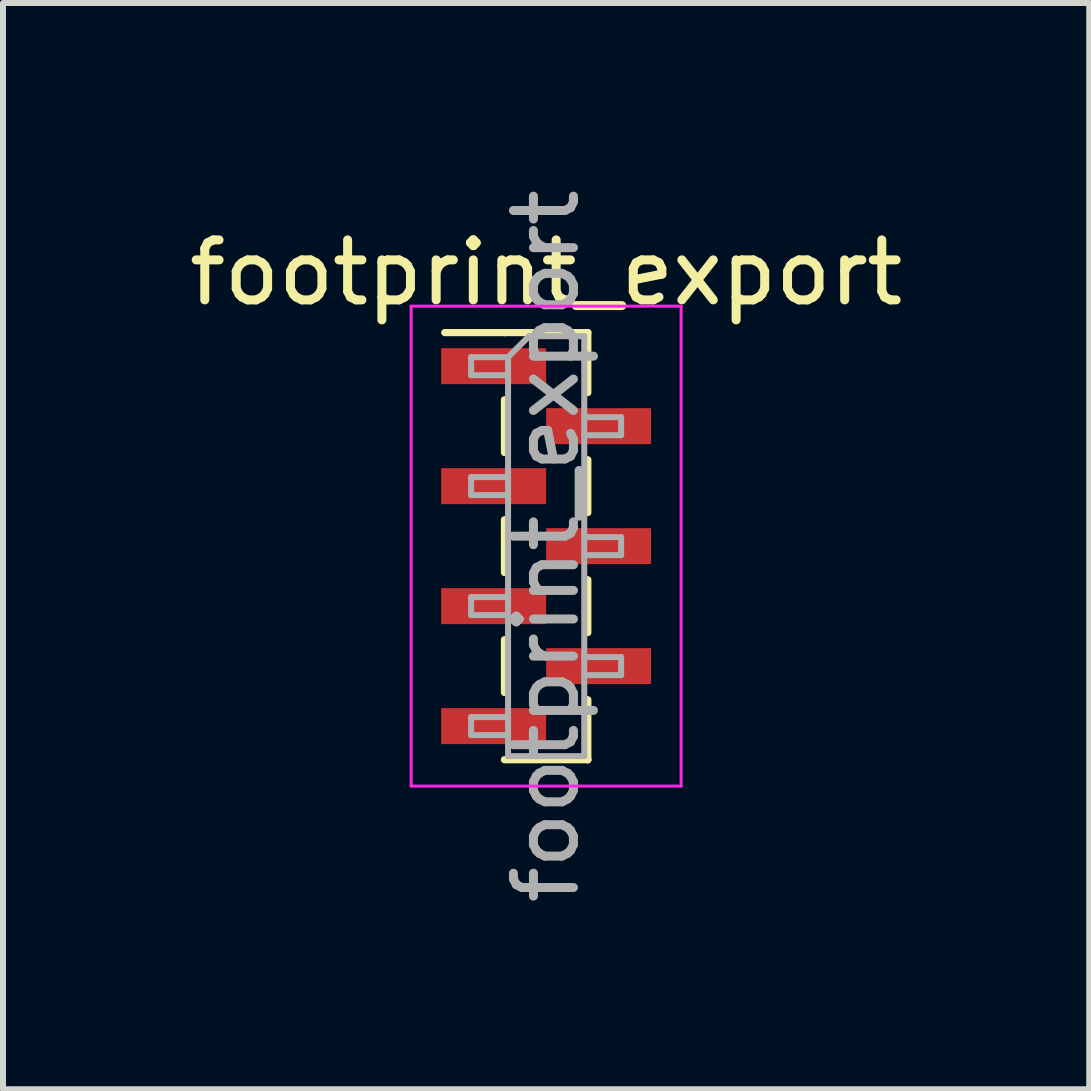
<source format=kicad_pcb>
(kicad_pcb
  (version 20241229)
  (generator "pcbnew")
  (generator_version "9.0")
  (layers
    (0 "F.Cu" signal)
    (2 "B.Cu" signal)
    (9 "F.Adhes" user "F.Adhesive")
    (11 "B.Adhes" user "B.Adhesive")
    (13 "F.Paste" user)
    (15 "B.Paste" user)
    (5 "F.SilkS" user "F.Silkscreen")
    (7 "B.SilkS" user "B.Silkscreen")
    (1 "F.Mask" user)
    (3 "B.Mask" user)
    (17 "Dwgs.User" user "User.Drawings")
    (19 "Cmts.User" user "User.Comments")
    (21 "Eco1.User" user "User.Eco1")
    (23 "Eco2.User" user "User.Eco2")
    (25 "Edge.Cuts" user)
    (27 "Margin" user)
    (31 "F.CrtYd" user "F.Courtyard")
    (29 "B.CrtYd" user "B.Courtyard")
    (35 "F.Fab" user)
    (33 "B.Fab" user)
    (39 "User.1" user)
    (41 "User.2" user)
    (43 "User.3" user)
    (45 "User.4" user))
  (footprint "footprint_export"
    (layer "F.Cu")
    (at 6.054 6.054)
    (property "Reference" "footprint_export" (at 0 -4.56 0) (layer "F.SilkS") (effects (font (size 1 1) (thickness 0.15))))
    (attr smd)
    (fp_line (start -0.695 -3.56) (end -1.69 -3.56) (stroke (width 0.12) (type solid)) (layer "F.SilkS"))
    (fp_line (start -0.695 -3.56) (end -0.695 -3.56) (stroke (width 0.12) (type solid)) (layer "F.SilkS"))
    (fp_line (start -0.695 -3.56) (end 0.695 -3.56) (stroke (width 0.12) (type solid)) (layer "F.SilkS"))
    (fp_line (start -0.695 -2.44) (end -0.695 -1.56) (stroke (width 0.12) (type solid)) (layer "F.SilkS"))
    (fp_line (start -0.695 -0.44) (end -0.695 0.44) (stroke (width 0.12) (type solid)) (layer "F.SilkS"))
    (fp_line (start -0.695 1.56) (end -0.695 2.44) (stroke (width 0.12) (type solid)) (layer "F.SilkS"))
    (fp_line (start -0.695 3.56) (end 0.695 3.56) (stroke (width 0.12) (type solid)) (layer "F.SilkS"))
    (fp_line (start 0.695 -3.56) (end 0.695 -2.56) (stroke (width 0.12) (type solid)) (layer "F.SilkS"))
    (fp_line (start 0.695 -1.44) (end 0.695 -0.56) (stroke (width 0.12) (type solid)) (layer "F.SilkS"))
    (fp_line (start 0.695 0.56) (end 0.695 1.44) (stroke (width 0.12) (type solid)) (layer "F.SilkS"))
    (fp_line (start 0.695 2.56) (end 0.695 3.56) (stroke (width 0.12) (type solid)) (layer "F.SilkS"))
    (fp_line (start 0.695 3.56) (end 0.695 3.56) (stroke (width 0.12) (type solid)) (layer "F.SilkS"))
    (fp_line (start -2.25 -4) (end -2.25 4) (stroke (width 0.05) (type solid)) (layer "F.CrtYd"))
    (fp_line (start -2.25 4) (end 2.25 4) (stroke (width 0.05) (type solid)) (layer "F.CrtYd"))
    (fp_line (start 2.25 -4) (end -2.25 -4) (stroke (width 0.05) (type solid)) (layer "F.CrtYd"))
    (fp_line (start 2.25 4) (end 2.25 -4) (stroke (width 0.05) (type solid)) (layer "F.CrtYd"))
    (fp_line (start -1.25 -3.15) (end -1.25 -2.85) (stroke (width 0.1) (type solid)) (layer "F.Fab"))
    (fp_line (start -1.25 -2.85) (end -0.635 -2.85) (stroke (width 0.1) (type solid)) (layer "F.Fab"))
    (fp_line (start -1.25 -1.15) (end -1.25 -0.85) (stroke (width 0.1) (type solid)) (layer "F.Fab"))
    (fp_line (start -1.25 -0.85) (end -0.635 -0.85) (stroke (width 0.1) (type solid)) (layer "F.Fab"))
    (fp_line (start -1.25 0.85) (end -1.25 1.15) (stroke (width 0.1) (type solid)) (layer "F.Fab"))
    (fp_line (start -1.25 1.15) (end -0.635 1.15) (stroke (width 0.1) (type solid)) (layer "F.Fab"))
    (fp_line (start -1.25 2.85) (end -1.25 3.15) (stroke (width 0.1) (type solid)) (layer "F.Fab"))
    (fp_line (start -1.25 3.15) (end -0.635 3.15) (stroke (width 0.1) (type solid)) (layer "F.Fab"))
    (fp_line (start -0.635 -3.15) (end -1.25 -3.15) (stroke (width 0.1) (type solid)) (layer "F.Fab"))
    (fp_line (start -0.635 -3.15) (end -0.285 -3.5) (stroke (width 0.1) (type solid)) (layer "F.Fab"))
    (fp_line (start -0.635 -1.15) (end -1.25 -1.15) (stroke (width 0.1) (type solid)) (layer "F.Fab"))
    (fp_line (start -0.635 0.85) (end -1.25 0.85) (stroke (width 0.1) (type solid)) (layer "F.Fab"))
    (fp_line (start -0.635 2.85) (end -1.25 2.85) (stroke (width 0.1) (type solid)) (layer "F.Fab"))
    (fp_line (start -0.635 3.5) (end -0.635 -3.15) (stroke (width 0.1) (type solid)) (layer "F.Fab"))
    (fp_line (start -0.285 -3.5) (end 0.635 -3.5) (stroke (width 0.1) (type solid)) (layer "F.Fab"))
    (fp_line (start 0.635 -3.5) (end 0.635 3.5) (stroke (width 0.1) (type solid)) (layer "F.Fab"))
    (fp_line (start 0.635 -2.15) (end 1.25 -2.15) (stroke (width 0.1) (type solid)) (layer "F.Fab"))
    (fp_line (start 0.635 -0.15) (end 1.25 -0.15) (stroke (width 0.1) (type solid)) (layer "F.Fab"))
    (fp_line (start 0.635 1.85) (end 1.25 1.85) (stroke (width 0.1) (type solid)) (layer "F.Fab"))
    (fp_line (start 0.635 3.5) (end -0.635 3.5) (stroke (width 0.1) (type solid)) (layer "F.Fab"))
    (fp_line (start 1.25 -2.15) (end 1.25 -1.85) (stroke (width 0.1) (type solid)) (layer "F.Fab"))
    (fp_line (start 1.25 -1.85) (end 0.635 -1.85) (stroke (width 0.1) (type solid)) (layer "F.Fab"))
    (fp_line (start 1.25 -0.15) (end 1.25 0.15) (stroke (width 0.1) (type solid)) (layer "F.Fab"))
    (fp_line (start 1.25 0.15) (end 0.635 0.15) (stroke (width 0.1) (type solid)) (layer "F.Fab"))
    (fp_line (start 1.25 1.85) (end 1.25 2.15) (stroke (width 0.1) (type solid)) (layer "F.Fab"))
    (fp_line (start 1.25 2.15) (end 0.635 2.15) (stroke (width 0.1) (type solid)) (layer "F.Fab"))
    (fp_text user "${REFERENCE}" (at 0 0 90) (layer "F.Fab") (effects (font (size 1 1) (thickness 0.15))))
    (pad "1" smd rect (at -0.875 -3) (size 1.75 0.6) (layers "F.Cu" "F.Mask" "F.Paste"))
    (pad "2" smd rect (at 0.875 -2) (size 1.75 0.6) (layers "F.Cu" "F.Mask" "F.Paste"))
    (pad "3" smd rect (at -0.875 -1) (size 1.75 0.6) (layers "F.Cu" "F.Mask" "F.Paste"))
    (pad "4" smd rect (at 0.875 0) (size 1.75 0.6) (layers "F.Cu" "F.Mask" "F.Paste"))
    (pad "5" smd rect (at -0.875 1) (size 1.75 0.6) (layers "F.Cu" "F.Mask" "F.Paste"))
    (pad "6" smd rect (at 0.875 2) (size 1.75 0.6) (layers "F.Cu" "F.Mask" "F.Paste"))
    (pad "7" smd rect (at -0.875 3) (size 1.75 0.6) (layers "F.Cu" "F.Mask" "F.Paste")))
  (gr_rect
    (start -3 -3)
    (end 15.107 15.107)
    (stroke (width 0.1) (type default))
    (fill no)
    (layer "Edge.Cuts")))
</source>
